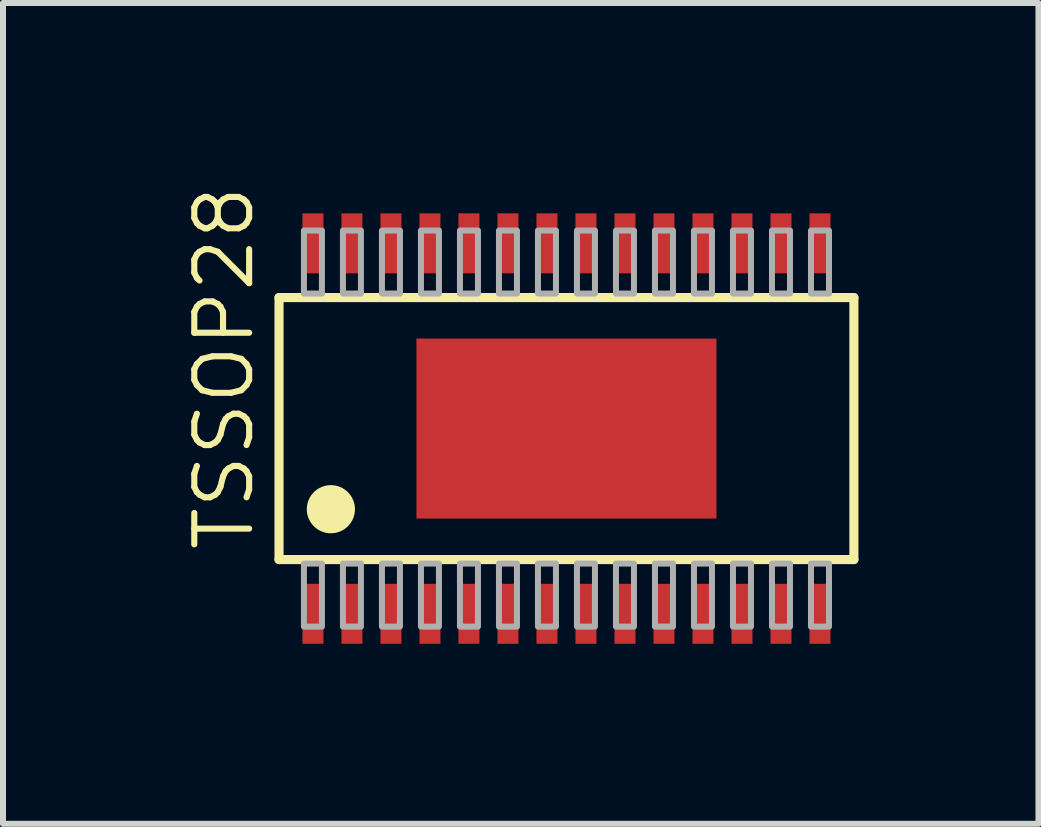
<source format=kicad_pcb>
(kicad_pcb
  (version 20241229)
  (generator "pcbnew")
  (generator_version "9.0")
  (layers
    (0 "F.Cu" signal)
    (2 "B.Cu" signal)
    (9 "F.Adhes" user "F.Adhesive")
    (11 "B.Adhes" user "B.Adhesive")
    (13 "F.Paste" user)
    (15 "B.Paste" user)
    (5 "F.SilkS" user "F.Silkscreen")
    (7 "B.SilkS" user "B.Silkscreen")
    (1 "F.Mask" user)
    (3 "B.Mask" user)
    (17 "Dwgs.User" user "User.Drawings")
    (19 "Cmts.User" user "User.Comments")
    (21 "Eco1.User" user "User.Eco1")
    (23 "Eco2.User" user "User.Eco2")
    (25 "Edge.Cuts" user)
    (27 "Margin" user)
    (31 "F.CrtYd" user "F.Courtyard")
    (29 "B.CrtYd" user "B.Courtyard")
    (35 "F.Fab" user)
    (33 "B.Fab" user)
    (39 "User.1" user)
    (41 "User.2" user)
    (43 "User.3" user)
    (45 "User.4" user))
  (footprint "TSSOP28"
    (layer "F.Cu")
    (at 6.39 4.092)
    (property "Reference" "TSSOP28" (at -5.171 2.083 90) (unlocked yes) (layer "F.SilkS") (effects (font (size 0.914 0.914) (thickness 0.102)) (justify left bottom)))
    (fp_line (start -4.79 2.183) (end -4.79 -2.183) (stroke (width 0.152) (type solid)) (layer "F.SilkS"))
    (fp_line (start -4.79 2.183) (end 4.79 2.183) (stroke (width 0.152) (type solid)) (layer "F.SilkS"))
    (fp_line (start 4.79 -2.183) (end -4.79 -2.183) (stroke (width 0.152) (type solid)) (layer "F.SilkS"))
    (fp_line (start 4.79 -2.183) (end 4.79 2.183) (stroke (width 0.152) (type solid)) (layer "F.SilkS"))
    (fp_circle (center -3.926 1.344) (end -3.725 1.344) (stroke (width 0.401) (type solid)) (fill yes) (layer "F.SilkS"))
    (fp_poly (pts (xy -4.375 3.3) (xy -4.075 3.3) (xy -4.075 2.25) (xy -4.375 2.25)) (stroke (width 0.1) (type default)) (fill no) (layer "F.Fab"))
    (fp_poly (pts (xy -4.075 -3.3) (xy -4.375 -3.3) (xy -4.375 -2.25) (xy -4.075 -2.25)) (stroke (width 0.1) (type default)) (fill no) (layer "F.Fab"))
    (fp_poly (pts (xy -3.725 3.3) (xy -3.425 3.3) (xy -3.425 2.25) (xy -3.725 2.25)) (stroke (width 0.1) (type default)) (fill no) (layer "F.Fab"))
    (fp_poly (pts (xy -3.425 -3.3) (xy -3.725 -3.3) (xy -3.725 -2.25) (xy -3.425 -2.25)) (stroke (width 0.1) (type default)) (fill no) (layer "F.Fab"))
    (fp_poly (pts (xy -3.075 3.3) (xy -2.775 3.3) (xy -2.775 2.25) (xy -3.075 2.25)) (stroke (width 0.1) (type default)) (fill no) (layer "F.Fab"))
    (fp_poly (pts (xy -2.775 -3.3) (xy -3.075 -3.3) (xy -3.075 -2.25) (xy -2.775 -2.25)) (stroke (width 0.1) (type default)) (fill no) (layer "F.Fab"))
    (fp_poly (pts (xy -2.425 3.3) (xy -2.125 3.3) (xy -2.125 2.25) (xy -2.425 2.25)) (stroke (width 0.1) (type default)) (fill no) (layer "F.Fab"))
    (fp_poly (pts (xy -2.125 -3.3) (xy -2.425 -3.3) (xy -2.425 -2.25) (xy -2.125 -2.25)) (stroke (width 0.1) (type default)) (fill no) (layer "F.Fab"))
    (fp_poly (pts (xy -1.775 3.3) (xy -1.475 3.3) (xy -1.475 2.25) (xy -1.775 2.25)) (stroke (width 0.1) (type default)) (fill no) (layer "F.Fab"))
    (fp_poly (pts (xy -1.475 -3.3) (xy -1.775 -3.3) (xy -1.775 -2.25) (xy -1.475 -2.25)) (stroke (width 0.1) (type default)) (fill no) (layer "F.Fab"))
    (fp_poly (pts (xy -1.125 3.3) (xy -0.825 3.3) (xy -0.825 2.25) (xy -1.125 2.25)) (stroke (width 0.1) (type default)) (fill no) (layer "F.Fab"))
    (fp_poly (pts (xy -0.825 -3.3) (xy -1.125 -3.3) (xy -1.125 -2.25) (xy -0.825 -2.25)) (stroke (width 0.1) (type default)) (fill no) (layer "F.Fab"))
    (fp_poly (pts (xy -0.475 3.3) (xy -0.175 3.3) (xy -0.175 2.25) (xy -0.475 2.25)) (stroke (width 0.1) (type default)) (fill no) (layer "F.Fab"))
    (fp_poly (pts (xy -0.175 -3.3) (xy -0.475 -3.3) (xy -0.475 -2.25) (xy -0.175 -2.25)) (stroke (width 0.1) (type default)) (fill no) (layer "F.Fab"))
    (fp_poly (pts (xy 0.175 3.3) (xy 0.475 3.3) (xy 0.475 2.25) (xy 0.175 2.25)) (stroke (width 0.1) (type default)) (fill no) (layer "F.Fab"))
    (fp_poly (pts (xy 0.475 -3.3) (xy 0.175 -3.3) (xy 0.175 -2.25) (xy 0.475 -2.25)) (stroke (width 0.1) (type default)) (fill no) (layer "F.Fab"))
    (fp_poly (pts (xy 0.825 3.3) (xy 1.125 3.3) (xy 1.125 2.25) (xy 0.825 2.25)) (stroke (width 0.1) (type default)) (fill no) (layer "F.Fab"))
    (fp_poly (pts (xy 1.125 -3.3) (xy 0.825 -3.3) (xy 0.825 -2.25) (xy 1.125 -2.25)) (stroke (width 0.1) (type default)) (fill no) (layer "F.Fab"))
    (fp_poly (pts (xy 1.475 3.3) (xy 1.775 3.3) (xy 1.775 2.25) (xy 1.475 2.25)) (stroke (width 0.1) (type default)) (fill no) (layer "F.Fab"))
    (fp_poly (pts (xy 1.775 -3.3) (xy 1.475 -3.3) (xy 1.475 -2.25) (xy 1.775 -2.25)) (stroke (width 0.1) (type default)) (fill no) (layer "F.Fab"))
    (fp_poly (pts (xy 2.125 3.3) (xy 2.425 3.3) (xy 2.425 2.25) (xy 2.125 2.25)) (stroke (width 0.1) (type default)) (fill no) (layer "F.Fab"))
    (fp_poly (pts (xy 2.425 -3.3) (xy 2.125 -3.3) (xy 2.125 -2.25) (xy 2.425 -2.25)) (stroke (width 0.1) (type default)) (fill no) (layer "F.Fab"))
    (fp_poly (pts (xy 2.775 3.3) (xy 3.075 3.3) (xy 3.075 2.25) (xy 2.775 2.25)) (stroke (width 0.1) (type default)) (fill no) (layer "F.Fab"))
    (fp_poly (pts (xy 3.075 -3.3) (xy 2.775 -3.3) (xy 2.775 -2.25) (xy 3.075 -2.25)) (stroke (width 0.1) (type default)) (fill no) (layer "F.Fab"))
    (fp_poly (pts (xy 3.425 3.3) (xy 3.725 3.3) (xy 3.725 2.25) (xy 3.425 2.25)) (stroke (width 0.1) (type default)) (fill no) (layer "F.Fab"))
    (fp_poly (pts (xy 3.725 -3.3) (xy 3.425 -3.3) (xy 3.425 -2.25) (xy 3.725 -2.25)) (stroke (width 0.1) (type default)) (fill no) (layer "F.Fab"))
    (fp_poly (pts (xy 4.075 3.3) (xy 4.375 3.3) (xy 4.375 2.25) (xy 4.075 2.25)) (stroke (width 0.1) (type default)) (fill no) (layer "F.Fab"))
    (fp_poly (pts (xy 4.375 -3.3) (xy 4.075 -3.3) (xy 4.075 -2.25) (xy 4.375 -2.25)) (stroke (width 0.1) (type default)) (fill no) (layer "F.Fab"))
    (pad "1" smd rect (at -4.225 3.087) (size 0.35 1) (layers "F.Cu" "F.Mask" "F.Paste"))
    (pad "2" smd rect (at -3.575 3.087) (size 0.35 1) (layers "F.Cu" "F.Mask" "F.Paste"))
    (pad "3" smd rect (at -2.925 3.087) (size 0.35 1) (layers "F.Cu" "F.Mask" "F.Paste"))
    (pad "4" smd rect (at -2.275 3.087) (size 0.35 1) (layers "F.Cu" "F.Mask" "F.Paste"))
    (pad "5" smd rect (at -1.625 3.087) (size 0.35 1) (layers "F.Cu" "F.Mask" "F.Paste"))
    (pad "6" smd rect (at -0.975 3.087) (size 0.35 1) (layers "F.Cu" "F.Mask" "F.Paste"))
    (pad "7" smd rect (at -0.325 3.087) (size 0.35 1) (layers "F.Cu" "F.Mask" "F.Paste"))
    (pad "8" smd rect (at 0.325 3.087) (size 0.35 1) (layers "F.Cu" "F.Mask" "F.Paste"))
    (pad "9" smd rect (at 0.975 3.087) (size 0.35 1) (layers "F.Cu" "F.Mask" "F.Paste"))
    (pad "10" smd rect (at 1.625 3.087) (size 0.35 1) (layers "F.Cu" "F.Mask" "F.Paste"))
    (pad "11" smd rect (at 2.275 3.087) (size 0.35 1) (layers "F.Cu" "F.Mask" "F.Paste"))
    (pad "12" smd rect (at 2.925 3.087) (size 0.35 1) (layers "F.Cu" "F.Mask" "F.Paste"))
    (pad "13" smd rect (at 3.575 3.087) (size 0.35 1) (layers "F.Cu" "F.Mask" "F.Paste"))
    (pad "14" smd rect (at 4.225 3.087) (size 0.35 1) (layers "F.Cu" "F.Mask" "F.Paste"))
    (pad "15" smd rect (at 4.225 -3.087) (size 0.35 1) (layers "F.Cu" "F.Mask" "F.Paste"))
    (pad "16" smd rect (at 3.575 -3.087) (size 0.35 1) (layers "F.Cu" "F.Mask" "F.Paste"))
    (pad "17" smd rect (at 2.925 -3.087) (size 0.35 1) (layers "F.Cu" "F.Mask" "F.Paste"))
    (pad "18" smd rect (at 2.275 -3.087) (size 0.35 1) (layers "F.Cu" "F.Mask" "F.Paste"))
    (pad "19" smd rect (at 1.625 -3.087) (size 0.35 1) (layers "F.Cu" "F.Mask" "F.Paste"))
    (pad "20" smd rect (at 0.975 -3.087) (size 0.35 1) (layers "F.Cu" "F.Mask" "F.Paste"))
    (pad "21" smd rect (at 0.325 -3.087) (size 0.35 1) (layers "F.Cu" "F.Mask" "F.Paste"))
    (pad "22" smd rect (at -0.325 -3.087) (size 0.35 1) (layers "F.Cu" "F.Mask" "F.Paste"))
    (pad "23" smd rect (at -0.975 -3.087) (size 0.35 1) (layers "F.Cu" "F.Mask" "F.Paste"))
    (pad "24" smd rect (at -1.625 -3.087) (size 0.35 1) (layers "F.Cu" "F.Mask" "F.Paste"))
    (pad "25" smd rect (at -2.275 -3.087) (size 0.35 1) (layers "F.Cu" "F.Mask" "F.Paste"))
    (pad "26" smd rect (at -2.925 -3.087) (size 0.35 1) (layers "F.Cu" "F.Mask" "F.Paste"))
    (pad "27" smd rect (at -3.575 -3.087) (size 0.35 1) (layers "F.Cu" "F.Mask" "F.Paste"))
    (pad "28" smd rect (at -4.225 -3.087) (size 0.35 1) (layers "F.Cu" "F.Mask" "F.Paste"))
    (pad "EXP" smd rect (at 0 0) (size 5 3) (layers "F.Cu" "F.Mask" "F.Paste")))
  (gr_rect
    (start -3 -3)
    (end 14.256 10.679)
    (stroke (width 0.1) (type default))
    (fill no)
    (layer "Edge.Cuts")))
</source>
